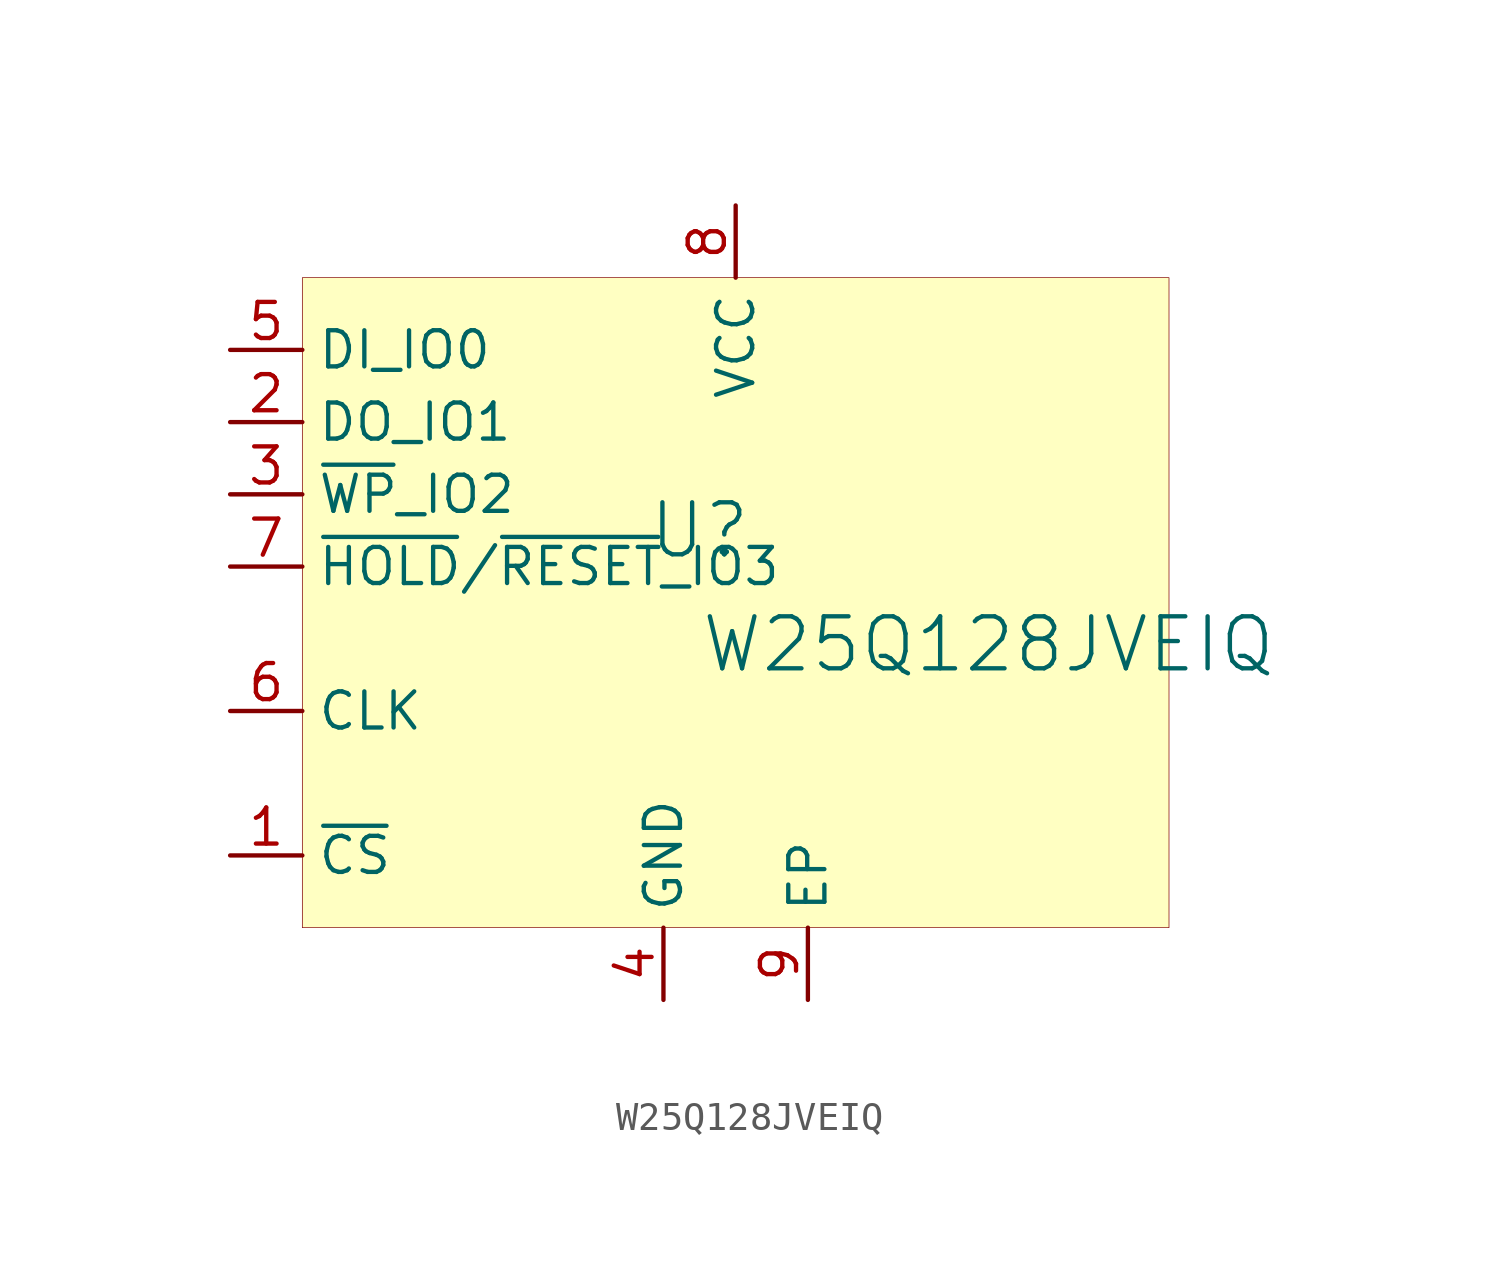
<source format=kicad_sym>
(kicad_symbol_lib
  (version 20231120)
  (generator "kicad_symbol_editor")
  (generator_version "8.0")
  (symbol "W25Q128JVEIQ"
    (property "Reference" "U"
      (at -1.27 1.27 0)
      (effects (font (size 1.829 1.829))))
    (property "Value" "W25Q128JVEIQ"
      (at -1.27 -3.81 0)
      (effects (font (size 1.829 1.829)) (justify left bottom)))
    (symbol "W25Q128JVEIQ_1_0"
      (rectangle (start 15.24 10.16) (end -15.24 -12.7) (stroke (width 0.025) (type solid) (color 128 0 0 1)) (fill (type background)))
      (pin input line (at -17.78 -10.16 0) (length 2.54) (name "~{CS}" (effects (font (size 1.27 1.27)))) (number "1" (effects (font (size 1.27 1.27)))))
      (pin bidirectional line (at -17.78 5.08 0) (length 2.54) (name "DO_IO1" (effects (font (size 1.27 1.27)))) (number "2" (effects (font (size 1.27 1.27)))))
      (pin bidirectional line (at -17.78 2.54 0) (length 2.54) (name "~{WP}_IO2" (effects (font (size 1.27 1.27)))) (number "3" (effects (font (size 1.27 1.27)))))
      (pin power_in line (at -2.54 -15.24 90) (length 2.54) (name "GND" (effects (font (size 1.27 1.27)))) (number "4" (effects (font (size 1.27 1.27)))))
      (pin bidirectional line (at -17.78 7.62 0) (length 2.54) (name "DI_IO0" (effects (font (size 1.27 1.27)))) (number "5" (effects (font (size 1.27 1.27)))))
      (pin input line (at -17.78 -5.08 0) (length 2.54) (name "CLK" (effects (font (size 1.27 1.27)))) (number "6" (effects (font (size 1.27 1.27)))))
      (pin bidirectional line (at -17.78 0 0) (length 2.54) (name "~{HOLD}/~{RESET}_IO3" (effects (font (size 1.27 1.27)))) (number "7" (effects (font (size 1.27 1.27)))))
      (pin power_in line (at 0 12.7 270) (length 2.54) (name "VCC" (effects (font (size 1.27 1.27)))) (number "8" (effects (font (size 1.27 1.27)))))
      (pin power_in line (at 2.54 -15.24 90) (length 2.54) (name "EP" (effects (font (size 1.27 1.27)))) (number "9" (effects (font (size 1.27 1.27))))))))
</source>
